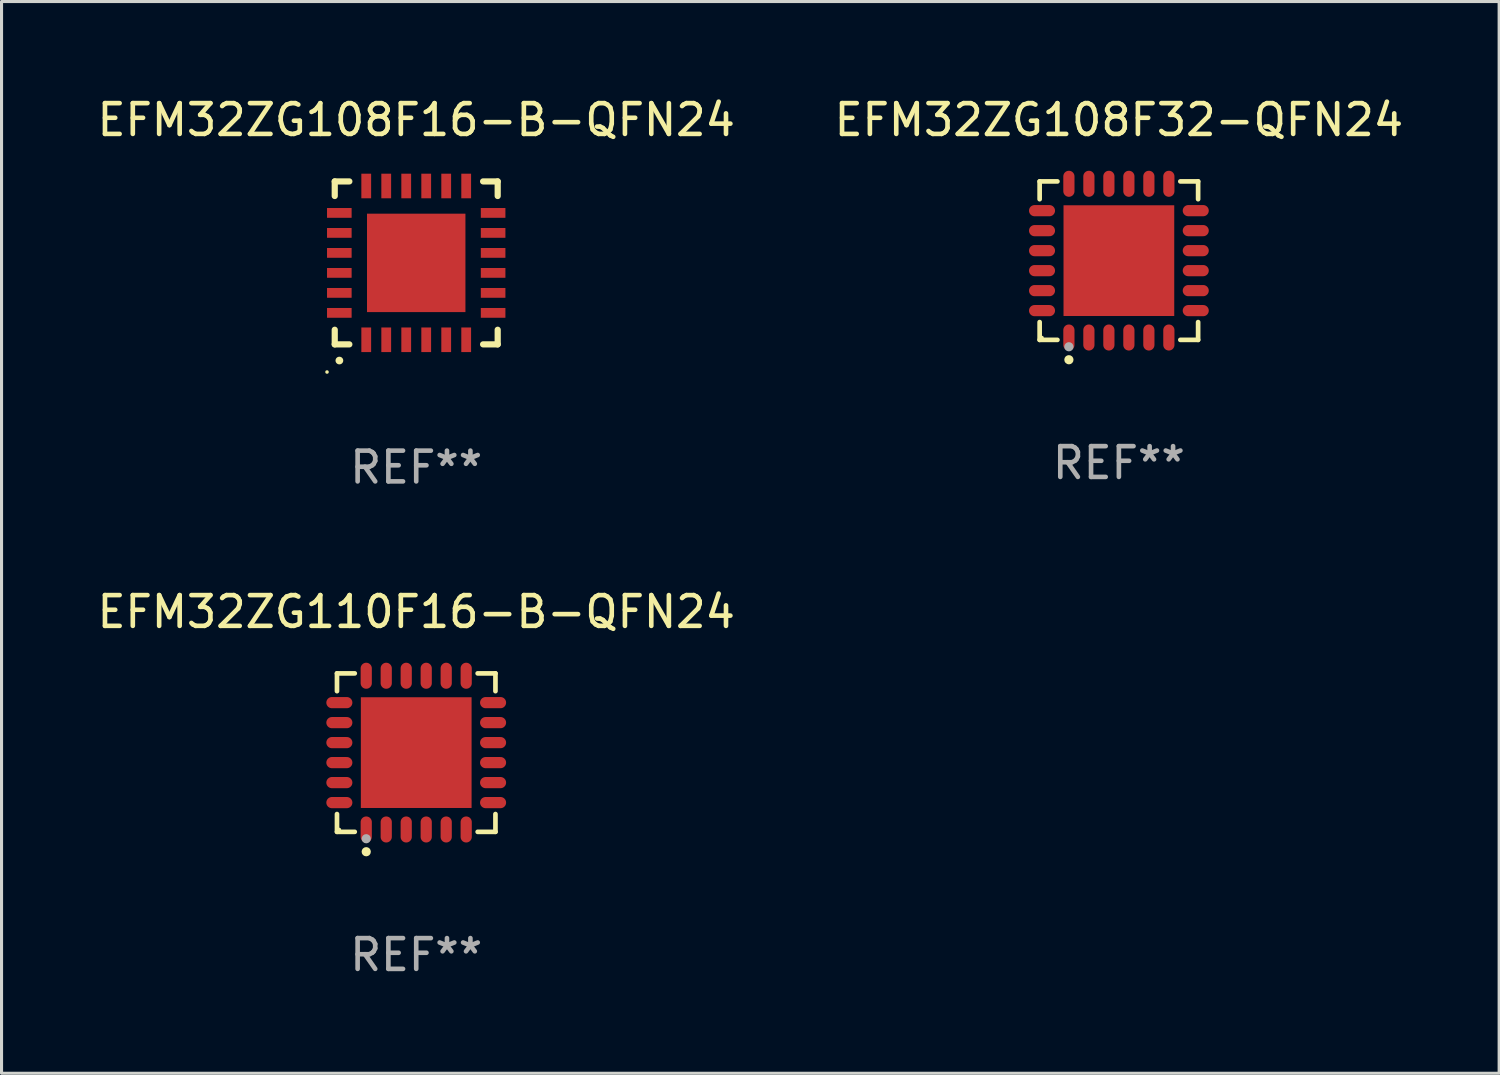
<source format=kicad_pcb>
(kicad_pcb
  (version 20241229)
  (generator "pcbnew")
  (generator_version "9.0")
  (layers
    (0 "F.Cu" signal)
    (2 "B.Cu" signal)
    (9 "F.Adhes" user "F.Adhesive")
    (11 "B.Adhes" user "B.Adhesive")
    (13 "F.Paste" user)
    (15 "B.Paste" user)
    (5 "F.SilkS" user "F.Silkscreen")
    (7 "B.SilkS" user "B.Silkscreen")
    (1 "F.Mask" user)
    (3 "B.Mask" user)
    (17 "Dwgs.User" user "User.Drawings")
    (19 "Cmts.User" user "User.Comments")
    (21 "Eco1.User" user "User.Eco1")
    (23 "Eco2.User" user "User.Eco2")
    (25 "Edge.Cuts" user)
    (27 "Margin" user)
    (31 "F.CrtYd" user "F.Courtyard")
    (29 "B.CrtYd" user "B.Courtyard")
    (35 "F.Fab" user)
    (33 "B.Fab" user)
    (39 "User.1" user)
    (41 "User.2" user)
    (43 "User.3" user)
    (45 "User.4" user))
  (footprint "EFM32ZG108F32-QFN24"
    (layer "F.Cu")
    (at 33.327 5.424)
    (property "Reference" "EFM32ZG108F32-QFN24" (at 0 -4.576 0) (layer "F.SilkS") (effects (font (size 1 1) (thickness 0.15))))
    (attr through_hole)
    (fp_line (start -2.576 -2.576) (end -1.998 -2.576) (stroke (width 0.152) (type solid)) (layer "F.SilkS"))
    (fp_line (start -2.576 -1.998) (end -2.576 -2.576) (stroke (width 0.152) (type solid)) (layer "F.SilkS"))
    (fp_line (start -2.576 1.998) (end -2.576 2.576) (stroke (width 0.152) (type solid)) (layer "F.SilkS"))
    (fp_line (start -2.576 2.576) (end -1.998 2.576) (stroke (width 0.152) (type solid)) (layer "F.SilkS"))
    (fp_line (start 2.576 -2.576) (end 1.998 -2.576) (stroke (width 0.152) (type solid)) (layer "F.SilkS"))
    (fp_line (start 2.576 -1.998) (end 2.576 -2.576) (stroke (width 0.152) (type solid)) (layer "F.SilkS"))
    (fp_line (start 2.576 1.998) (end 2.576 2.576) (stroke (width 0.152) (type solid)) (layer "F.SilkS"))
    (fp_line (start 2.576 2.576) (end 1.998 2.576) (stroke (width 0.152) (type solid)) (layer "F.SilkS"))
    (fp_circle (center -2.5 2.5) (end -2.47 2.5) (stroke (width 0.06) (type solid)) (fill no) (layer "F.SilkS"))
    (fp_circle (center -1.625 3.222) (end -1.55 3.222) (stroke (width 0.15) (type solid)) (fill no) (layer "F.SilkS"))
    (fp_circle (center -1.625 2.8) (end -1.55 2.8) (stroke (width 0.15) (type solid)) (fill no) (layer "F.Fab"))
    (fp_text user "REF**" (at 0 6.576 0) (layer "F.Fab") (effects (font (size 1 1) (thickness 0.15))))
    (pad "1" smd oval (at -1.625 2.499) (size 0.364 0.847) (layers "F.Cu" "F.Mask" "F.Paste"))
    (pad "2" smd oval (at -0.975 2.499) (size 0.364 0.847) (layers "F.Cu" "F.Mask" "F.Paste"))
    (pad "3" smd oval (at -0.325 2.499) (size 0.364 0.847) (layers "F.Cu" "F.Mask" "F.Paste"))
    (pad "4" smd oval (at 0.325 2.499) (size 0.364 0.847) (layers "F.Cu" "F.Mask" "F.Paste"))
    (pad "5" smd oval (at 0.975 2.499) (size 0.364 0.847) (layers "F.Cu" "F.Mask" "F.Paste"))
    (pad "6" smd oval (at 1.625 2.499) (size 0.364 0.847) (layers "F.Cu" "F.Mask" "F.Paste"))
    (pad "7" smd oval (at 2.499 1.625) (size 0.847 0.364) (layers "F.Cu" "F.Mask" "F.Paste"))
    (pad "8" smd oval (at 2.499 0.975) (size 0.847 0.364) (layers "F.Cu" "F.Mask" "F.Paste"))
    (pad "9" smd oval (at 2.499 0.325) (size 0.847 0.364) (layers "F.Cu" "F.Mask" "F.Paste"))
    (pad "10" smd oval (at 2.499 -0.325) (size 0.847 0.364) (layers "F.Cu" "F.Mask" "F.Paste"))
    (pad "11" smd oval (at 2.499 -0.975) (size 0.847 0.364) (layers "F.Cu" "F.Mask" "F.Paste"))
    (pad "12" smd oval (at 2.499 -1.625) (size 0.847 0.364) (layers "F.Cu" "F.Mask" "F.Paste"))
    (pad "13" smd oval (at 1.625 -2.499) (size 0.364 0.847) (layers "F.Cu" "F.Mask" "F.Paste"))
    (pad "14" smd oval (at 0.975 -2.499) (size 0.364 0.847) (layers "F.Cu" "F.Mask" "F.Paste"))
    (pad "15" smd oval (at 0.325 -2.499) (size 0.364 0.847) (layers "F.Cu" "F.Mask" "F.Paste"))
    (pad "16" smd oval (at -0.325 -2.499) (size 0.364 0.847) (layers "F.Cu" "F.Mask" "F.Paste"))
    (pad "17" smd oval (at -0.975 -2.499) (size 0.364 0.847) (layers "F.Cu" "F.Mask" "F.Paste"))
    (pad "18" smd oval (at -1.625 -2.499) (size 0.364 0.847) (layers "F.Cu" "F.Mask" "F.Paste"))
    (pad "19" smd oval (at -2.499 -1.625) (size 0.847 0.364) (layers "F.Cu" "F.Mask" "F.Paste"))
    (pad "20" smd oval (at -2.499 -0.975) (size 0.847 0.364) (layers "F.Cu" "F.Mask" "F.Paste"))
    (pad "21" smd oval (at -2.499 -0.325) (size 0.847 0.364) (layers "F.Cu" "F.Mask" "F.Paste"))
    (pad "22" smd oval (at -2.499 0.325) (size 0.847 0.364) (layers "F.Cu" "F.Mask" "F.Paste"))
    (pad "23" smd oval (at -2.499 0.975) (size 0.847 0.364) (layers "F.Cu" "F.Mask" "F.Paste"))
    (pad "24" smd oval (at -2.499 1.625) (size 0.847 0.364) (layers "F.Cu" "F.Mask" "F.Paste"))
    (pad "25" smd rect (at 0 0) (size 3.6 3.6) (layers "F.Cu" "F.Mask" "F.Paste")))
  (footprint "EFM32ZG108F16-B-QFN24"
    (layer "F.Cu")
    (at 10.482 5.497)
    (property "Reference" "EFM32ZG108F16-B-QFN24" (at 0 -4.649 0) (layer "F.SilkS") (effects (font (size 1 1) (thickness 0.15))))
    (attr through_hole)
    (fp_line (start -2.649 -2.649) (end -2.649 -2.174) (stroke (width 0.201) (type solid)) (layer "F.SilkS"))
    (fp_line (start -2.649 2.649) (end -2.649 2.174) (stroke (width 0.201) (type solid)) (layer "F.SilkS"))
    (fp_line (start -2.174 -2.649) (end -2.649 -2.649) (stroke (width 0.201) (type solid)) (layer "F.SilkS"))
    (fp_line (start -2.174 2.649) (end -2.649 2.649) (stroke (width 0.201) (type solid)) (layer "F.SilkS"))
    (fp_line (start 2.649 -2.649) (end 2.174 -2.649) (stroke (width 0.201) (type solid)) (layer "F.SilkS"))
    (fp_line (start 2.649 -2.174) (end 2.649 -2.649) (stroke (width 0.201) (type solid)) (layer "F.SilkS"))
    (fp_line (start 2.649 2.174) (end 2.649 2.649) (stroke (width 0.201) (type solid)) (layer "F.SilkS"))
    (fp_line (start 2.649 2.649) (end 2.174 2.649) (stroke (width 0.201) (type solid)) (layer "F.SilkS"))
    (fp_arc (start -2.499365 3.175006) (mid -2.498095 3.175) (end -2.496825 3.175006) (stroke (width 0.24892) (type solid)) (layer "F.SilkS"))
    (fp_circle (center -2.9 3.548) (end -2.87 3.548) (stroke (width 0.06) (type solid)) (fill no) (layer "F.SilkS"))
    (fp_text user "REF**" (at 0 6.649 0) (layer "F.Fab") (effects (font (size 1 1) (thickness 0.15))))
    (pad "1" smd rect (at -1.625 2.5 180) (size 0.318 0.8) (layers "F.Cu" "F.Mask" "F.Paste"))
    (pad "2" smd rect (at -0.975 2.5 180) (size 0.318 0.8) (layers "F.Cu" "F.Mask" "F.Paste"))
    (pad "3" smd rect (at -0.325 2.5 180) (size 0.318 0.8) (layers "F.Cu" "F.Mask" "F.Paste"))
    (pad "4" smd rect (at 0.325 2.5 180) (size 0.318 0.8) (layers "F.Cu" "F.Mask" "F.Paste"))
    (pad "5" smd rect (at 0.975 2.5 180) (size 0.318 0.8) (layers "F.Cu" "F.Mask" "F.Paste"))
    (pad "6" smd rect (at 1.625 2.5 180) (size 0.318 0.8) (layers "F.Cu" "F.Mask" "F.Paste"))
    (pad "7" smd rect (at 2.5 1.625 90) (size 0.318 0.8) (layers "F.Cu" "F.Mask" "F.Paste"))
    (pad "8" smd rect (at 2.5 0.975 90) (size 0.318 0.8) (layers "F.Cu" "F.Mask" "F.Paste"))
    (pad "9" smd rect (at 2.5 0.325 90) (size 0.318 0.8) (layers "F.Cu" "F.Mask" "F.Paste"))
    (pad "10" smd rect (at 2.5 -0.325 90) (size 0.318 0.8) (layers "F.Cu" "F.Mask" "F.Paste"))
    (pad "11" smd rect (at 2.5 -0.975 90) (size 0.318 0.8) (layers "F.Cu" "F.Mask" "F.Paste"))
    (pad "12" smd rect (at 2.5 -1.625 90) (size 0.318 0.8) (layers "F.Cu" "F.Mask" "F.Paste"))
    (pad "13" smd rect (at 1.625 -2.5 180) (size 0.318 0.8) (layers "F.Cu" "F.Mask" "F.Paste"))
    (pad "14" smd rect (at 0.975 -2.5 180) (size 0.318 0.8) (layers "F.Cu" "F.Mask" "F.Paste"))
    (pad "15" smd rect (at 0.325 -2.5 180) (size 0.318 0.8) (layers "F.Cu" "F.Mask" "F.Paste"))
    (pad "16" smd rect (at -0.325 -2.5 180) (size 0.318 0.8) (layers "F.Cu" "F.Mask" "F.Paste"))
    (pad "17" smd rect (at -0.975 -2.5 180) (size 0.318 0.8) (layers "F.Cu" "F.Mask" "F.Paste"))
    (pad "18" smd rect (at -1.625 -2.5 180) (size 0.318 0.8) (layers "F.Cu" "F.Mask" "F.Paste"))
    (pad "19" smd rect (at -2.5 -1.625 90) (size 0.318 0.8) (layers "F.Cu" "F.Mask" "F.Paste"))
    (pad "20" smd rect (at -2.5 -0.975 90) (size 0.318 0.8) (layers "F.Cu" "F.Mask" "F.Paste"))
    (pad "21" smd rect (at -2.5 -0.325 90) (size 0.318 0.8) (layers "F.Cu" "F.Mask" "F.Paste"))
    (pad "22" smd rect (at -2.5 0.325 90) (size 0.318 0.8) (layers "F.Cu" "F.Mask" "F.Paste"))
    (pad "23" smd rect (at -2.5 0.975 90) (size 0.318 0.8) (layers "F.Cu" "F.Mask" "F.Paste"))
    (pad "24" smd rect (at -2.5 1.625 90) (size 0.318 0.8) (layers "F.Cu" "F.Mask" "F.Paste"))
    (pad "25" smd rect (at 0.000229 0.000025 90) (size 3.2 3.2) (layers "F.Cu" "F.Mask" "F.Paste")))
  (footprint "EFM32ZG110F16-B-QFN24"
    (layer "F.Cu")
    (at 10.482 21.419)
    (property "Reference" "EFM32ZG110F16-B-QFN24" (at 0 -4.576 0) (layer "F.SilkS") (effects (font (size 1 1) (thickness 0.15))))
    (attr through_hole)
    (fp_line (start -2.576 -2.576) (end -1.998 -2.576) (stroke (width 0.152) (type solid)) (layer "F.SilkS"))
    (fp_line (start -2.576 -1.998) (end -2.576 -2.576) (stroke (width 0.152) (type solid)) (layer "F.SilkS"))
    (fp_line (start -2.576 1.998) (end -2.576 2.576) (stroke (width 0.152) (type solid)) (layer "F.SilkS"))
    (fp_line (start -2.576 2.576) (end -1.998 2.576) (stroke (width 0.152) (type solid)) (layer "F.SilkS"))
    (fp_line (start 2.576 -2.576) (end 1.998 -2.576) (stroke (width 0.152) (type solid)) (layer "F.SilkS"))
    (fp_line (start 2.576 -1.998) (end 2.576 -2.576) (stroke (width 0.152) (type solid)) (layer "F.SilkS"))
    (fp_line (start 2.576 1.998) (end 2.576 2.576) (stroke (width 0.152) (type solid)) (layer "F.SilkS"))
    (fp_line (start 2.576 2.576) (end 1.998 2.576) (stroke (width 0.152) (type solid)) (layer "F.SilkS"))
    (fp_circle (center -2.5 2.5) (end -2.47 2.5) (stroke (width 0.06) (type solid)) (fill no) (layer "F.SilkS"))
    (fp_circle (center -1.625 3.222) (end -1.55 3.222) (stroke (width 0.15) (type solid)) (fill no) (layer "F.SilkS"))
    (fp_circle (center -1.625 2.8) (end -1.55 2.8) (stroke (width 0.15) (type solid)) (fill no) (layer "F.Fab"))
    (fp_text user "REF**" (at 0 6.576 0) (layer "F.Fab") (effects (font (size 1 1) (thickness 0.15))))
    (pad "1" smd oval (at -1.625 2.499) (size 0.364 0.847) (layers "F.Cu" "F.Mask" "F.Paste"))
    (pad "2" smd oval (at -0.975 2.499) (size 0.364 0.847) (layers "F.Cu" "F.Mask" "F.Paste"))
    (pad "3" smd oval (at -0.325 2.499) (size 0.364 0.847) (layers "F.Cu" "F.Mask" "F.Paste"))
    (pad "4" smd oval (at 0.325 2.499) (size 0.364 0.847) (layers "F.Cu" "F.Mask" "F.Paste"))
    (pad "5" smd oval (at 0.975 2.499) (size 0.364 0.847) (layers "F.Cu" "F.Mask" "F.Paste"))
    (pad "6" smd oval (at 1.625 2.499) (size 0.364 0.847) (layers "F.Cu" "F.Mask" "F.Paste"))
    (pad "7" smd oval (at 2.499 1.625) (size 0.847 0.364) (layers "F.Cu" "F.Mask" "F.Paste"))
    (pad "8" smd oval (at 2.499 0.975) (size 0.847 0.364) (layers "F.Cu" "F.Mask" "F.Paste"))
    (pad "9" smd oval (at 2.499 0.325) (size 0.847 0.364) (layers "F.Cu" "F.Mask" "F.Paste"))
    (pad "10" smd oval (at 2.499 -0.325) (size 0.847 0.364) (layers "F.Cu" "F.Mask" "F.Paste"))
    (pad "11" smd oval (at 2.499 -0.975) (size 0.847 0.364) (layers "F.Cu" "F.Mask" "F.Paste"))
    (pad "12" smd oval (at 2.499 -1.625) (size 0.847 0.364) (layers "F.Cu" "F.Mask" "F.Paste"))
    (pad "13" smd oval (at 1.625 -2.499) (size 0.364 0.847) (layers "F.Cu" "F.Mask" "F.Paste"))
    (pad "14" smd oval (at 0.975 -2.499) (size 0.364 0.847) (layers "F.Cu" "F.Mask" "F.Paste"))
    (pad "15" smd oval (at 0.325 -2.499) (size 0.364 0.847) (layers "F.Cu" "F.Mask" "F.Paste"))
    (pad "16" smd oval (at -0.325 -2.499) (size 0.364 0.847) (layers "F.Cu" "F.Mask" "F.Paste"))
    (pad "17" smd oval (at -0.975 -2.499) (size 0.364 0.847) (layers "F.Cu" "F.Mask" "F.Paste"))
    (pad "18" smd oval (at -1.625 -2.499) (size 0.364 0.847) (layers "F.Cu" "F.Mask" "F.Paste"))
    (pad "19" smd oval (at -2.499 -1.625) (size 0.847 0.364) (layers "F.Cu" "F.Mask" "F.Paste"))
    (pad "20" smd oval (at -2.499 -0.975) (size 0.847 0.364) (layers "F.Cu" "F.Mask" "F.Paste"))
    (pad "21" smd oval (at -2.499 -0.325) (size 0.847 0.364) (layers "F.Cu" "F.Mask" "F.Paste"))
    (pad "22" smd oval (at -2.499 0.325) (size 0.847 0.364) (layers "F.Cu" "F.Mask" "F.Paste"))
    (pad "23" smd oval (at -2.499 0.975) (size 0.847 0.364) (layers "F.Cu" "F.Mask" "F.Paste"))
    (pad "24" smd oval (at -2.499 1.625) (size 0.847 0.364) (layers "F.Cu" "F.Mask" "F.Paste"))
    (pad "25" smd rect (at 0 0) (size 3.6 3.6) (layers "F.Cu" "F.Mask" "F.Paste")))
  (gr_rect
    (start -3 -3)
    (end 45.69 31.844)
    (stroke (width 0.1) (type default))
    (fill no)
    (layer "Edge.Cuts")))
</source>
